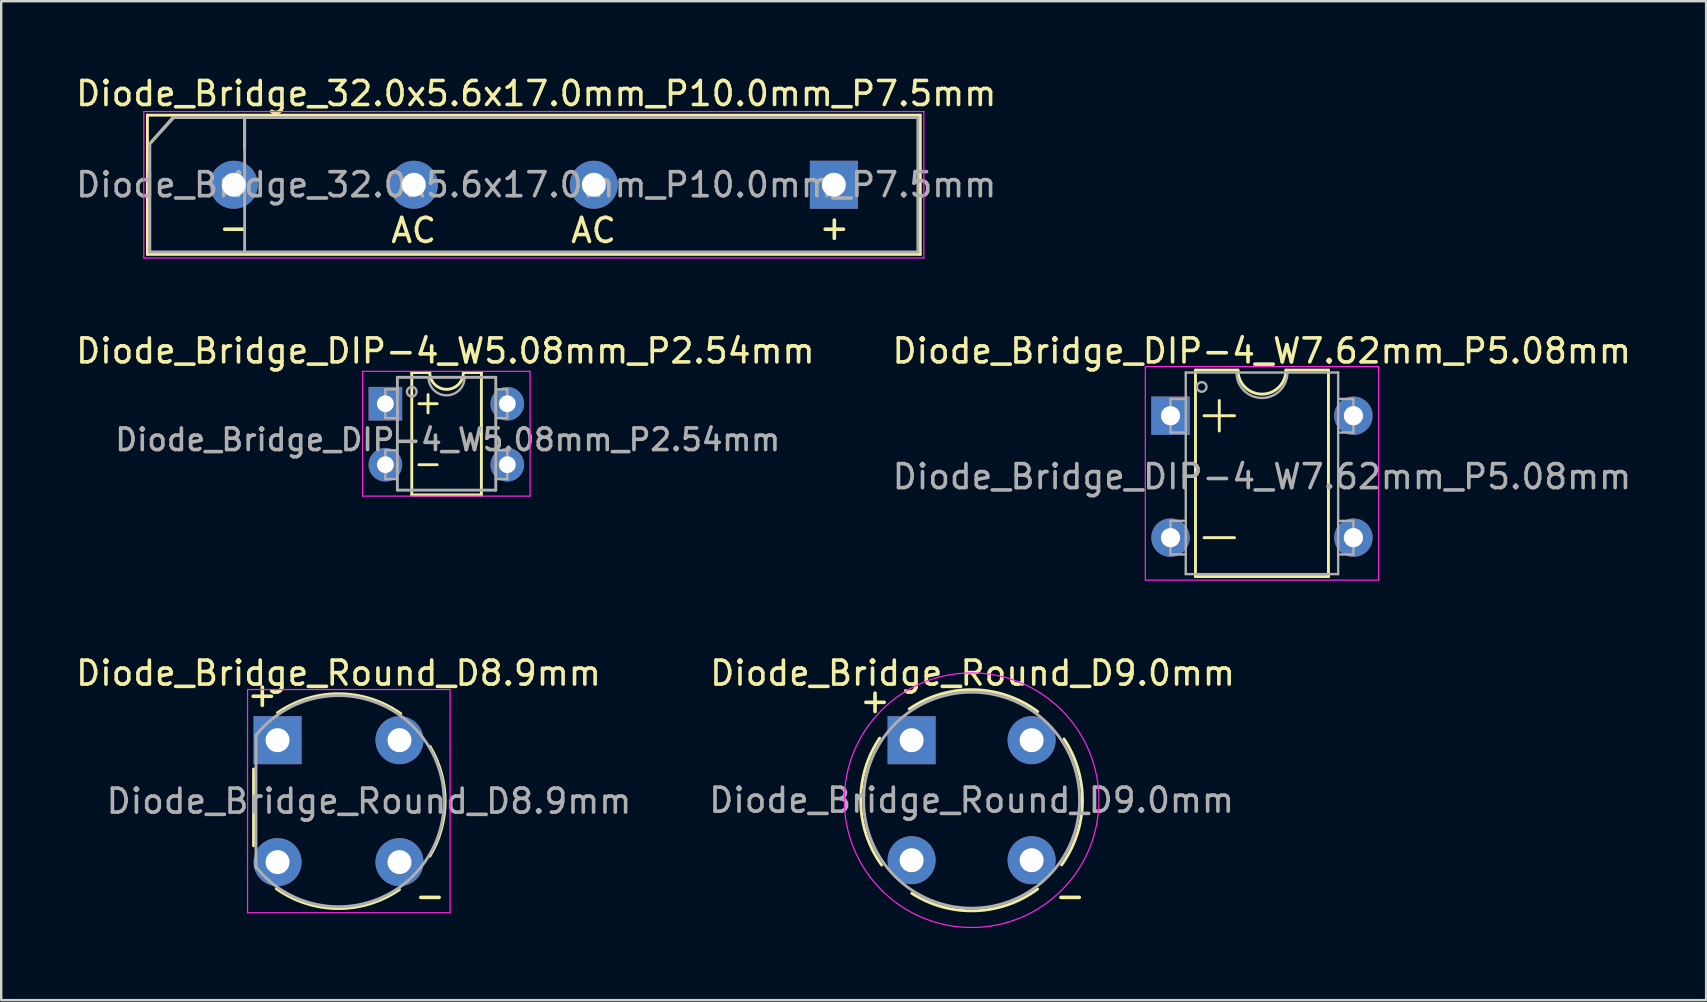
<source format=kicad_pcb>
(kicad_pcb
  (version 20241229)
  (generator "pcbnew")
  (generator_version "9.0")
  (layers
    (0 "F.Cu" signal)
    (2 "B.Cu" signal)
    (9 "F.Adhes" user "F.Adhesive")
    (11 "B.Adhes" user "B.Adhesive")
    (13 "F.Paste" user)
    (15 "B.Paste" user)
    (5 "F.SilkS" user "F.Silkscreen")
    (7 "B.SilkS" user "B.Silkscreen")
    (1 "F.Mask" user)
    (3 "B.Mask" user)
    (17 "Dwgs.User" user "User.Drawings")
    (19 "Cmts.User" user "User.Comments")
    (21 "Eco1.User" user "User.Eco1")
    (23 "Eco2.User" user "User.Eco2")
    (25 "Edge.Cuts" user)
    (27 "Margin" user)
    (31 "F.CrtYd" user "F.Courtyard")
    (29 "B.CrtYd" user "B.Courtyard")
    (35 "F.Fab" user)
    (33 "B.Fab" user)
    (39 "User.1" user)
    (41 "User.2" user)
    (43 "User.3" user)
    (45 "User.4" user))
  (footprint "Diode_Bridge_32.0x5.6x17.0mm_P10.0mm_P7.5mm"
    (layer "F.Cu")
    (at 31.692 4.648)
    (property "Reference" "Diode_Bridge_32.0x5.6x17.0mm_P10.0mm_P7.5mm" (at -12.4 -3.8 180) (layer "F.SilkS") (effects (font (size 1 1) (thickness 0.15))))
    (fp_line (start -28.6 -2.9) (end 3.6 -2.9) (stroke (width 0.12) (type solid)) (layer "F.SilkS"))
    (fp_line (start -28.6 2.9) (end -28.6 -2.9) (stroke (width 0.12) (type solid)) (layer "F.SilkS"))
    (fp_line (start -28.556 -1.651) (end -27.54 -2.794) (stroke (width 0.12) (type solid)) (layer "F.SilkS"))
    (fp_line (start -24.55 -2.9) (end -24.55 -1.5) (stroke (width 0.12) (type solid)) (layer "F.SilkS"))
    (fp_line (start 3.6 -2.9) (end 3.6 2.9) (stroke (width 0.12) (type solid)) (layer "F.SilkS"))
    (fp_line (start 3.6 2.9) (end -28.6 2.9) (stroke (width 0.12) (type solid)) (layer "F.SilkS"))
    (fp_line (start -28.75 -3.05) (end 3.75 -3.05) (stroke (width 0.05) (type solid)) (layer "F.CrtYd"))
    (fp_line (start -28.75 3.05) (end -28.75 -3.05) (stroke (width 0.05) (type solid)) (layer "F.CrtYd"))
    (fp_line (start 3.75 -3.05) (end 3.75 3.05) (stroke (width 0.05) (type solid)) (layer "F.CrtYd"))
    (fp_line (start 3.75 3.05) (end -28.75 3.05) (stroke (width 0.05) (type solid)) (layer "F.CrtYd"))
    (fp_line (start -28.5 -1.7) (end -28.5 2.8) (stroke (width 0.12) (type solid)) (layer "F.Fab"))
    (fp_line (start -28.5 2.8) (end 3.5 2.8) (stroke (width 0.12) (type solid)) (layer "F.Fab"))
    (fp_line (start -27.5 -2.8) (end -28.5 -1.7) (stroke (width 0.12) (type solid)) (layer "F.Fab"))
    (fp_line (start -24.55 -2.8) (end -24.55 2.8) (stroke (width 0.12) (type solid)) (layer "F.Fab"))
    (fp_line (start 3.5 -2.8) (end -27.5 -2.8) (stroke (width 0.12) (type solid)) (layer "F.Fab"))
    (fp_line (start 3.5 2.8) (end 3.5 -2.8) (stroke (width 0.12) (type solid)) (layer "F.Fab"))
    (fp_text user "AC" (at -10.014 1.905 0) (layer "F.SilkS") (effects (font (size 1 1) (thickness 0.15))))
    (fp_text user "+" (at 0.019 1.778 0) (layer "F.SilkS") (effects (font (size 1 1) (thickness 0.15))))
    (fp_text user "AC" (at -17.507 1.905 0) (layer "F.SilkS") (effects (font (size 1 1) (thickness 0.15))))
    (fp_text user "-" (at -25 1.778 0) (layer "F.SilkS") (effects (font (size 1 1) (thickness 0.15))))
    (fp_text user "${REFERENCE}" (at -12.4 0 180) (layer "F.Fab") (effects (font (size 1 1) (thickness 0.15))))
    (pad "1" thru_hole rect (at 0 0) (size 2 2) (drill 1) (layers "*.Cu" "*.Mask"))
    (pad "2" thru_hole circle (at -10 0) (size 2 2) (drill 1) (layers "*.Cu" "*.Mask"))
    (pad "3" thru_hole circle (at -17.5 0) (size 2 2) (drill 1) (layers "*.Cu" "*.Mask"))
    (pad "4" thru_hole circle (at -25 0) (size 2 2) (drill 1) (layers "*.Cu" "*.Mask")))
  (footprint "Diode_Bridge_Round_D9.0mm"
    (layer "F.Cu")
    (at 34.931 27.789)
    (property "Reference" "Diode_Bridge_Round_D9.0mm" (at 2.54 -2.794 0) (layer "F.SilkS") (effects (font (size 1 1) (thickness 0.15))))
    (attr through_hole)
    (fp_arc (start -1.25 5.2) (mid -2.120355 2.569427) (end -1.329431 -0.086109) (stroke (width 0.12) (type solid)) (layer "F.SilkS"))
    (fp_arc (start -0.1 -1.3) (mid 2.595106 -2.103363) (end 5.254731 -1.189371) (stroke (width 0.12) (type solid)) (layer "F.SilkS"))
    (fp_arc (start 5.25 6.2) (mid 2.657169 7.107363) (end 0.008533 6.3788) (stroke (width 0.12) (type solid)) (layer "F.SilkS"))
    (fp_arc (start 6.35 -0.05) (mid 7.117021 2.590098) (end 6.247584 5.198261) (stroke (width 0.12) (type solid)) (layer "F.SilkS"))
    (fp_circle (center 2.5 2.5) (end -1.3 -1.2) (stroke (width 0.05) (type solid)) (fill no) (layer "F.CrtYd"))
    (fp_arc (start -2 2.5) (mid 7 2.5) (end -2 2.5) (stroke (width 0.12) (type solid)) (layer "F.Fab"))
    (fp_text user "-" (at 6.604 6.477 0) (layer "F.SilkS") (effects (font (size 1 1) (thickness 0.15))))
    (fp_text user "+" (at -1.524 -1.651 0) (layer "F.SilkS") (effects (font (size 1 1) (thickness 0.15))))
    (fp_text user "${REFERENCE}" (at 2.5 2.5 0) (layer "F.Fab") (effects (font (size 1 1) (thickness 0.15))))
    (pad "1" thru_hole rect (at 0 0) (size 2 2) (drill 1) (layers "*.Cu" "*.Mask"))
    (pad "2" thru_hole oval (at 0 5) (size 2 2) (drill 1) (layers "*.Cu" "*.Mask"))
    (pad "3" thru_hole oval (at 5 5) (size 2 2) (drill 1) (layers "*.Cu" "*.Mask"))
    (pad "4" thru_hole oval (at 5 0) (size 2 2) (drill 1) (layers "*.Cu" "*.Mask")))
  (footprint "Diode_Bridge_DIP-4_W5.08mm_P2.54mm"
    (layer "F.Cu")
    (at 13.006 13.771)
    (property "Reference" "Diode_Bridge_DIP-4_W5.08mm_P2.54mm" (at 2.5 -2.2 0) (layer "F.SilkS") (effects (font (size 1 1) (thickness 0.15))))
    (attr through_hole)
    (fp_line (start 1.1 -1.3) (end 1.1 3.8) (stroke (width 0.12) (type solid)) (layer "F.SilkS"))
    (fp_line (start 1.1 3.8) (end 4 3.8) (stroke (width 0.12) (type solid)) (layer "F.SilkS"))
    (fp_line (start 1.397 0) (end 2.159 0) (stroke (width 0.12) (type solid)) (layer "F.SilkS"))
    (fp_line (start 1.397 2.54) (end 2.159 2.54) (stroke (width 0.12) (type solid)) (layer "F.SilkS"))
    (fp_line (start 1.778 -0.381) (end 1.778 0.381) (stroke (width 0.12) (type solid)) (layer "F.SilkS"))
    (fp_line (start 1.85 -1.3) (end 1.1 -1.3) (stroke (width 0.12) (type solid)) (layer "F.SilkS"))
    (fp_line (start 4 -1.3) (end 3.25 -1.3) (stroke (width 0.12) (type solid)) (layer "F.SilkS"))
    (fp_line (start 4 3.8) (end 4 -1.3) (stroke (width 0.12) (type solid)) (layer "F.SilkS"))
    (fp_arc (start 3.25 -1.3) (mid 2.55 -0.6) (end 1.85 -1.3) (stroke (width 0.12) (type solid)) (layer "F.SilkS"))
    (fp_line (start -0.95 -1.35) (end -0.95 3.85) (stroke (width 0.05) (type solid)) (layer "F.CrtYd"))
    (fp_line (start -0.95 -1.35) (end 6.03 -1.35) (stroke (width 0.05) (type solid)) (layer "F.CrtYd"))
    (fp_line (start 6.03 3.85) (end -0.95 3.85) (stroke (width 0.05) (type solid)) (layer "F.CrtYd"))
    (fp_line (start 6.03 3.85) (end 6.03 -1.35) (stroke (width 0.05) (type solid)) (layer "F.CrtYd"))
    (fp_line (start 0 -0.6) (end 0 0.6) (stroke (width 0.1) (type solid)) (layer "F.Fab"))
    (fp_line (start 0 0.6) (end 0.5 0.6) (stroke (width 0.1) (type solid)) (layer "F.Fab"))
    (fp_line (start 0 1.94) (end 0 3.14) (stroke (width 0.1) (type solid)) (layer "F.Fab"))
    (fp_line (start 0 3.14) (end 0.5 3.14) (stroke (width 0.1) (type solid)) (layer "F.Fab"))
    (fp_line (start 0.5 -1.1) (end 4.6 -1.1) (stroke (width 0.12) (type solid)) (layer "F.Fab"))
    (fp_line (start 0.5 -0.6) (end 0 -0.6) (stroke (width 0.1) (type solid)) (layer "F.Fab"))
    (fp_line (start 0.5 1.94) (end 0 1.94) (stroke (width 0.1) (type solid)) (layer "F.Fab"))
    (fp_line (start 0.5 3.6) (end 0.5 -1.1) (stroke (width 0.12) (type solid)) (layer "F.Fab"))
    (fp_line (start 4.597 0.6) (end 5.08 0.6) (stroke (width 0.1) (type solid)) (layer "F.Fab"))
    (fp_line (start 4.597 3.14) (end 5.08 3.14) (stroke (width 0.1) (type solid)) (layer "F.Fab"))
    (fp_line (start 4.6 -1.1) (end 4.6 3.6) (stroke (width 0.12) (type solid)) (layer "F.Fab"))
    (fp_line (start 4.6 3.6) (end 0.5 3.6) (stroke (width 0.12) (type solid)) (layer "F.Fab"))
    (fp_line (start 5.08 -0.6) (end 4.597 -0.6) (stroke (width 0.1) (type solid)) (layer "F.Fab"))
    (fp_line (start 5.08 0.6) (end 5.08 -0.6) (stroke (width 0.1) (type solid)) (layer "F.Fab"))
    (fp_line (start 5.08 1.94) (end 4.597 1.94) (stroke (width 0.1) (type solid)) (layer "F.Fab"))
    (fp_line (start 5.08 3.14) (end 5.08 1.94) (stroke (width 0.1) (type solid)) (layer "F.Fab"))
    (fp_arc (start 3.3 -1.1) (mid 2.55 -0.35) (end 1.8 -1.1) (stroke (width 0.1) (type solid)) (layer "F.Fab"))
    (fp_circle (center 1.1 -0.5) (end 1.3 -0.5) (stroke (width 0.1) (type solid)) (fill no) (layer "F.Fab"))
    (fp_text user "${REFERENCE}" (at 2.6 1.5 0) (layer "F.Fab") (effects (font (size 0.9 0.9) (thickness 0.15))))
    (pad "1" thru_hole rect (at 0 0) (size 1.4 1.4) (drill 0.7) (layers "*.Cu" "*.Mask"))
    (pad "2" thru_hole circle (at 0 2.54) (size 1.4 1.4) (drill 0.7) (layers "*.Cu" "*.Mask"))
    (pad "3" thru_hole circle (at 5.08 2.54) (size 1.4 1.4) (drill 0.7) (layers "*.Cu" "*.Mask"))
    (pad "4" thru_hole circle (at 5.08 0) (size 1.4 1.4) (drill 0.7) (layers "*.Cu" "*.Mask")))
  (footprint "Diode_Bridge_DIP-4_W7.62mm_P5.08mm"
    (layer "F.Cu")
    (at 45.718 14.271)
    (property "Reference" "Diode_Bridge_DIP-4_W7.62mm_P5.08mm" (at 3.8 -2.7 0) (layer "F.SilkS") (effects (font (size 1 1) (thickness 0.15))))
    (attr through_hole)
    (fp_line (start 1.04 -1.9) (end 1.04 6.7) (stroke (width 0.12) (type solid)) (layer "F.SilkS"))
    (fp_line (start 1.04 6.7) (end 6.58 6.7) (stroke (width 0.12) (type solid)) (layer "F.SilkS"))
    (fp_line (start 1.397 0) (end 2.54 0) (stroke (width 0.12) (type solid)) (layer "F.SilkS"))
    (fp_line (start 2.032 0) (end 2.032 -0.635) (stroke (width 0.12) (type solid)) (layer "F.SilkS"))
    (fp_line (start 2.032 0) (end 2.032 0.635) (stroke (width 0.12) (type solid)) (layer "F.SilkS"))
    (fp_line (start 2.54 0) (end 2.667 0) (stroke (width 0.12) (type solid)) (layer "F.SilkS"))
    (fp_line (start 2.667 5.08) (end 1.397 5.08) (stroke (width 0.12) (type solid)) (layer "F.SilkS"))
    (fp_line (start 2.81 -1.9) (end 1.04 -1.9) (stroke (width 0.12) (type solid)) (layer "F.SilkS"))
    (fp_line (start 6.58 -1.9) (end 4.81 -1.9) (stroke (width 0.12) (type solid)) (layer "F.SilkS"))
    (fp_line (start 6.58 6.7) (end 6.58 -1.9) (stroke (width 0.12) (type solid)) (layer "F.SilkS"))
    (fp_arc (start 4.81 -1.9) (mid 3.81 -0.9) (end 2.81 -1.9) (stroke (width 0.12) (type solid)) (layer "F.SilkS"))
    (fp_line (start -1.05 -2.05) (end -1.05 6.85) (stroke (width 0.05) (type solid)) (layer "F.CrtYd"))
    (fp_line (start -1.05 -2.05) (end 8.67 -2.05) (stroke (width 0.05) (type solid)) (layer "F.CrtYd"))
    (fp_line (start 8.67 6.85) (end -1.05 6.85) (stroke (width 0.05) (type solid)) (layer "F.CrtYd"))
    (fp_line (start 8.67 6.85) (end 8.67 -2.05) (stroke (width 0.05) (type solid)) (layer "F.CrtYd"))
    (fp_line (start 0 -0.7) (end 0 0.7) (stroke (width 0.1) (type solid)) (layer "F.Fab"))
    (fp_line (start 0 -0.7) (end 0.6 -0.7) (stroke (width 0.1) (type solid)) (layer "F.Fab"))
    (fp_line (start 0 0.7) (end 0.6 0.7) (stroke (width 0.1) (type solid)) (layer "F.Fab"))
    (fp_line (start 0 4.38) (end 0 5.78) (stroke (width 0.1) (type solid)) (layer "F.Fab"))
    (fp_line (start 0 4.38) (end 0.6 4.38) (stroke (width 0.1) (type solid)) (layer "F.Fab"))
    (fp_line (start 0 5.78) (end 0.6 5.78) (stroke (width 0.1) (type solid)) (layer "F.Fab"))
    (fp_line (start 0.635 -1.8) (end 6.985 -1.8) (stroke (width 0.1) (type solid)) (layer "F.Fab"))
    (fp_line (start 0.635 6.6) (end 0.635 -1.8) (stroke (width 0.1) (type solid)) (layer "F.Fab"))
    (fp_line (start 6.985 -1.8) (end 6.985 6.6) (stroke (width 0.1) (type solid)) (layer "F.Fab"))
    (fp_line (start 6.985 6.6) (end 0.635 6.6) (stroke (width 0.1) (type solid)) (layer "F.Fab"))
    (fp_line (start 7.62 -0.7) (end 7.02 -0.7) (stroke (width 0.1) (type solid)) (layer "F.Fab"))
    (fp_line (start 7.62 0.7) (end 7.02 0.7) (stroke (width 0.1) (type solid)) (layer "F.Fab"))
    (fp_line (start 7.62 0.7) (end 7.62 -0.7) (stroke (width 0.1) (type solid)) (layer "F.Fab"))
    (fp_line (start 7.62 4.38) (end 7.02 4.38) (stroke (width 0.1) (type solid)) (layer "F.Fab"))
    (fp_line (start 7.62 5.78) (end 7.02 5.78) (stroke (width 0.1) (type solid)) (layer "F.Fab"))
    (fp_line (start 7.62 5.78) (end 7.62 4.38) (stroke (width 0.1) (type solid)) (layer "F.Fab"))
    (fp_arc (start 4.87 -1.8) (mid 3.81 -0.74) (end 2.75 -1.8) (stroke (width 0.1) (type solid)) (layer "F.Fab"))
    (fp_circle (center 1.3 -1.2) (end 1.5 -1.2) (stroke (width 0.1) (type solid)) (fill no) (layer "F.Fab"))
    (fp_text user "${REFERENCE}" (at 3.81 2.54 0) (layer "F.Fab") (effects (font (size 1 1) (thickness 0.15))))
    (pad "1" thru_hole rect (at 0 0) (size 1.6 1.6) (drill 0.8) (layers "*.Cu" "*.Mask"))
    (pad "2" thru_hole oval (at 0 5.08) (size 1.6 1.6) (drill 0.8) (layers "*.Cu" "*.Mask"))
    (pad "3" thru_hole oval (at 7.62 5.08) (size 1.6 1.6) (drill 0.8) (layers "*.Cu" "*.Mask"))
    (pad "4" thru_hole oval (at 7.62 0) (size 1.6 1.6) (drill 0.8) (layers "*.Cu" "*.Mask")))
  (footprint "Diode_Bridge_Round_D8.9mm"
    (layer "F.Cu")
    (at 8.514 27.789)
    (property "Reference" "Diode_Bridge_Round_D8.9mm" (at 2.54 -2.794 0) (layer "F.SilkS") (effects (font (size 1 1) (thickness 0.15))))
    (attr through_hole)
    (fp_line (start -1 1.2) (end -1 4.4) (stroke (width 0.12) (type solid)) (layer "F.SilkS"))
    (fp_arc (start 0 -1.143) (mid 2.571836 -1.933821) (end 5.132157 -1.106479) (stroke (width 0.12) (type solid)) (layer "F.SilkS"))
    (fp_arc (start 5.08 6.223) (mid 2.508164 7.013821) (end -0.052157 6.186479) (stroke (width 0.12) (type solid)) (layer "F.SilkS"))
    (fp_arc (start 6.35 0.254) (mid 6.983184 2.54281) (end 6.347105 4.830818) (stroke (width 0.12) (type solid)) (layer "F.SilkS"))
    (fp_line (start -1.25 -2.11) (end -1.25 7.19) (stroke (width 0.05) (type solid)) (layer "F.CrtYd"))
    (fp_line (start -1.25 -2.11) (end 7.19 -2.11) (stroke (width 0.05) (type solid)) (layer "F.CrtYd"))
    (fp_line (start 7.19 7.19) (end -1.25 7.19) (stroke (width 0.05) (type solid)) (layer "F.CrtYd"))
    (fp_line (start 7.19 7.19) (end 7.19 -2.11) (stroke (width 0.05) (type solid)) (layer "F.CrtYd"))
    (fp_line (start -0.9 -0.2) (end -0.9 5.3) (stroke (width 0.12) (type solid)) (layer "F.Fab"))
    (fp_arc (start -0.9 -0.2) (mid 6.937862 2.542896) (end -0.903606 5.275467) (stroke (width 0.12) (type solid)) (layer "F.Fab"))
    (fp_text user "-" (at 6.35 6.477 0) (layer "F.SilkS") (effects (font (size 1 1) (thickness 0.15))))
    (fp_text user "+" (at -0.635 -1.905 0) (layer "F.SilkS") (effects (font (size 1 1) (thickness 0.15))))
    (fp_text user "${REFERENCE}" (at 3.81 2.54 0) (layer "F.Fab") (effects (font (size 1 1) (thickness 0.15))))
    (pad "1" thru_hole rect (at 0 0) (size 2 2) (drill 1) (layers "*.Cu" "*.Mask"))
    (pad "2" thru_hole oval (at 0 5.08) (size 2 2) (drill 1) (layers "*.Cu" "*.Mask"))
    (pad "3" thru_hole oval (at 5.08 5.08) (size 2 2) (drill 1) (layers "*.Cu" "*.Mask"))
    (pad "4" thru_hole oval (at 5.08 0) (size 2 2) (drill 1) (layers "*.Cu" "*.Mask")))
  (gr_rect
    (start -3 -3)
    (end 68.034 38.618)
    (stroke (width 0.1) (type default))
    (fill no)
    (layer "Edge.Cuts")))
</source>
